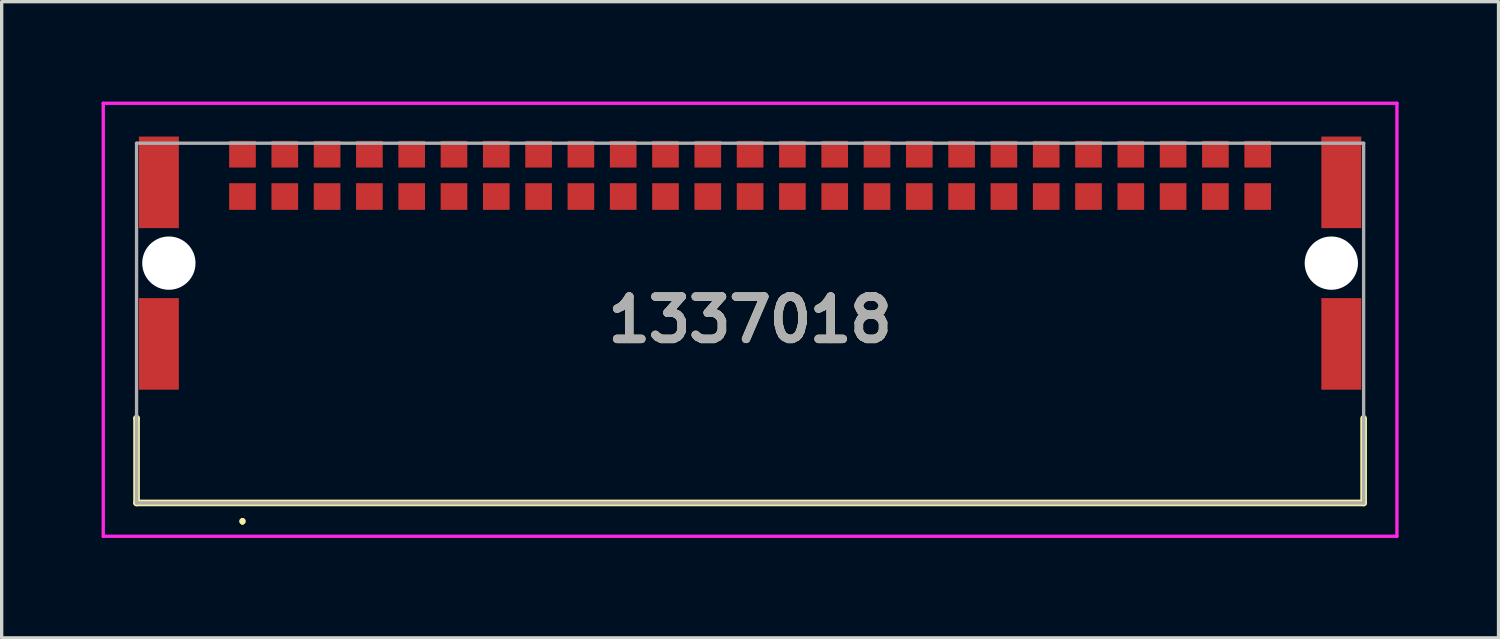
<source format=kicad_pcb>
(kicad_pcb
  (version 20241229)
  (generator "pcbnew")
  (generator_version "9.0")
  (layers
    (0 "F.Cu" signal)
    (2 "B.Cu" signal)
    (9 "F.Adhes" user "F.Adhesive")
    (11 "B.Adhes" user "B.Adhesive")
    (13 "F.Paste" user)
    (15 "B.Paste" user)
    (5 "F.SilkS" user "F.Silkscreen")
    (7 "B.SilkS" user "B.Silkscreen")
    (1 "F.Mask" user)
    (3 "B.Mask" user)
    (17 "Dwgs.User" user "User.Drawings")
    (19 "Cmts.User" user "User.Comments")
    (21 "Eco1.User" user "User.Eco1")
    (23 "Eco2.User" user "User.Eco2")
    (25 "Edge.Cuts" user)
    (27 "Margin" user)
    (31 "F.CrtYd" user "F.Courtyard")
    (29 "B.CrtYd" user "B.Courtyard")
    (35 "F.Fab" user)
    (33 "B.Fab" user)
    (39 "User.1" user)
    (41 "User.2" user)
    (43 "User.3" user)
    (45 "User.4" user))
  (footprint "1337018"
    (layer "F.Cu")
    (at 19.47 6.65)
    (property "Reference" "1337018" (at 0 -0.1 0) (layer "F.SilkS") (effects (font (size 1.27 1.27) (thickness 0.254))))
    (attr through_hole)
    (fp_line (start -18.42 2.86) (end -18.42 2.86) (stroke (width 0.2) (type solid)) (layer "F.SilkS"))
    (fp_line (start -18.42 2.86) (end -18.42 5.4) (stroke (width 0.2) (type solid)) (layer "F.SilkS"))
    (fp_line (start -18.42 5.4) (end 18.42 5.4) (stroke (width 0.2) (type solid)) (layer "F.SilkS"))
    (fp_line (start -15.24 5.9) (end -15.24 5.9) (stroke (width 0.1) (type solid)) (layer "F.SilkS"))
    (fp_line (start -15.24 6) (end -15.24 6) (stroke (width 0.1) (type solid)) (layer "F.SilkS"))
    (fp_line (start 18.42 5.4) (end 18.42 2.86) (stroke (width 0.2) (type solid)) (layer "F.SilkS"))
    (fp_arc (start -15.24 5.9) (mid -15.19 5.95) (end -15.24 6) (stroke (width 0.1) (type solid)) (layer "F.SilkS"))
    (fp_arc (start -15.24 6) (mid -15.29 5.95) (end -15.24 5.9) (stroke (width 0.1) (type solid)) (layer "F.SilkS"))
    (fp_line (start -19.42 -6.6) (end 19.42 -6.6) (stroke (width 0.1) (type solid)) (layer "F.CrtYd"))
    (fp_line (start -19.42 6.4) (end -19.42 -6.6) (stroke (width 0.1) (type solid)) (layer "F.CrtYd"))
    (fp_line (start 19.42 -6.6) (end 19.42 6.4) (stroke (width 0.1) (type solid)) (layer "F.CrtYd"))
    (fp_line (start 19.42 6.4) (end -19.42 6.4) (stroke (width 0.1) (type solid)) (layer "F.CrtYd"))
    (fp_line (start -18.42 -5.4) (end 18.42 -5.4) (stroke (width 0.1) (type solid)) (layer "F.Fab"))
    (fp_line (start -18.42 5.4) (end -18.42 -5.4) (stroke (width 0.1) (type solid)) (layer "F.Fab"))
    (fp_line (start 18.42 -5.4) (end 18.42 5.4) (stroke (width 0.1) (type solid)) (layer "F.Fab"))
    (fp_line (start 18.42 5.4) (end -18.42 5.4) (stroke (width 0.1) (type solid)) (layer "F.Fab"))
    (fp_text user "${REFERENCE}" (at 0 -0.1 0) (layer "F.Fab") (effects (font (size 1.27 1.27) (thickness 0.254))))
    (pad "" np_thru_hole circle (at -17.45 -1.8) (size 1.6 1.6) (drill 1.6) (layers "*.Cu" "*.Mask"))
    (pad "" np_thru_hole circle (at 17.45 -1.8) (size 1.6 1.6) (drill 1.6) (layers "*.Cu" "*.Mask"))
    (pad "A1" smd rect (at -15.24 -3.8 90) (size 0.8 0.8) (layers "F.Cu" "F.Mask" "F.Paste"))
    (pad "A2" smd rect (at -13.97 -3.8 90) (size 0.8 0.8) (layers "F.Cu" "F.Mask" "F.Paste"))
    (pad "A3" smd rect (at -12.7 -3.8 90) (size 0.8 0.8) (layers "F.Cu" "F.Mask" "F.Paste"))
    (pad "A4" smd rect (at -11.43 -3.8 90) (size 0.8 0.8) (layers "F.Cu" "F.Mask" "F.Paste"))
    (pad "A5" smd rect (at -10.16 -3.8 90) (size 0.8 0.8) (layers "F.Cu" "F.Mask" "F.Paste"))
    (pad "A6" smd rect (at -8.89 -3.8 90) (size 0.8 0.8) (layers "F.Cu" "F.Mask" "F.Paste"))
    (pad "A7" smd rect (at -7.62 -3.8 90) (size 0.8 0.8) (layers "F.Cu" "F.Mask" "F.Paste"))
    (pad "A8" smd rect (at -6.35 -3.8 90) (size 0.8 0.8) (layers "F.Cu" "F.Mask" "F.Paste"))
    (pad "A9" smd rect (at -5.08 -3.8 90) (size 0.8 0.8) (layers "F.Cu" "F.Mask" "F.Paste"))
    (pad "A10" smd rect (at -3.81 -3.8 90) (size 0.8 0.8) (layers "F.Cu" "F.Mask" "F.Paste"))
    (pad "A11" smd rect (at -2.54 -3.8 90) (size 0.8 0.8) (layers "F.Cu" "F.Mask" "F.Paste"))
    (pad "A12" smd rect (at -1.27 -3.8 90) (size 0.8 0.8) (layers "F.Cu" "F.Mask" "F.Paste"))
    (pad "A13" smd rect (at 0 -3.8 90) (size 0.8 0.8) (layers "F.Cu" "F.Mask" "F.Paste"))
    (pad "A14" smd rect (at 1.27 -3.8 90) (size 0.8 0.8) (layers "F.Cu" "F.Mask" "F.Paste"))
    (pad "A15" smd rect (at 2.54 -3.8 90) (size 0.8 0.8) (layers "F.Cu" "F.Mask" "F.Paste"))
    (pad "A16" smd rect (at 3.81 -3.8 90) (size 0.8 0.8) (layers "F.Cu" "F.Mask" "F.Paste"))
    (pad "A17" smd rect (at 5.08 -3.8 90) (size 0.8 0.8) (layers "F.Cu" "F.Mask" "F.Paste"))
    (pad "A18" smd rect (at 6.35 -3.8 90) (size 0.8 0.8) (layers "F.Cu" "F.Mask" "F.Paste"))
    (pad "A19" smd rect (at 7.62 -3.8 90) (size 0.8 0.8) (layers "F.Cu" "F.Mask" "F.Paste"))
    (pad "A20" smd rect (at 8.89 -3.8 90) (size 0.8 0.8) (layers "F.Cu" "F.Mask" "F.Paste"))
    (pad "A21" smd rect (at 10.16 -3.8 90) (size 0.8 0.8) (layers "F.Cu" "F.Mask" "F.Paste"))
    (pad "A22" smd rect (at 11.43 -3.8 90) (size 0.8 0.8) (layers "F.Cu" "F.Mask" "F.Paste"))
    (pad "A23" smd rect (at 12.7 -3.8 90) (size 0.8 0.8) (layers "F.Cu" "F.Mask" "F.Paste"))
    (pad "A24" smd rect (at 13.97 -3.8 90) (size 0.8 0.8) (layers "F.Cu" "F.Mask" "F.Paste"))
    (pad "A25" smd rect (at 15.24 -3.8 90) (size 0.8 0.8) (layers "F.Cu" "F.Mask" "F.Paste"))
    (pad "B1" smd rect (at -15.24 -5.07 90) (size 0.8 0.8) (layers "F.Cu" "F.Mask" "F.Paste"))
    (pad "B2" smd rect (at -13.97 -5.07 90) (size 0.8 0.8) (layers "F.Cu" "F.Mask" "F.Paste"))
    (pad "B3" smd rect (at -12.7 -5.07 90) (size 0.8 0.8) (layers "F.Cu" "F.Mask" "F.Paste"))
    (pad "B4" smd rect (at -11.43 -5.07 90) (size 0.8 0.8) (layers "F.Cu" "F.Mask" "F.Paste"))
    (pad "B5" smd rect (at -10.16 -5.07 90) (size 0.8 0.8) (layers "F.Cu" "F.Mask" "F.Paste"))
    (pad "B6" smd rect (at -8.89 -5.07 90) (size 0.8 0.8) (layers "F.Cu" "F.Mask" "F.Paste"))
    (pad "B7" smd rect (at -7.62 -5.07 90) (size 0.8 0.8) (layers "F.Cu" "F.Mask" "F.Paste"))
    (pad "B8" smd rect (at -6.35 -5.07 90) (size 0.8 0.8) (layers "F.Cu" "F.Mask" "F.Paste"))
    (pad "B9" smd rect (at -5.08 -5.07 90) (size 0.8 0.8) (layers "F.Cu" "F.Mask" "F.Paste"))
    (pad "B10" smd rect (at -3.81 -5.07 90) (size 0.8 0.8) (layers "F.Cu" "F.Mask" "F.Paste"))
    (pad "B11" smd rect (at -2.54 -5.07 90) (size 0.8 0.8) (layers "F.Cu" "F.Mask" "F.Paste"))
    (pad "B12" smd rect (at -1.27 -5.07 90) (size 0.8 0.8) (layers "F.Cu" "F.Mask" "F.Paste"))
    (pad "B13" smd rect (at 0 -5.07 90) (size 0.8 0.8) (layers "F.Cu" "F.Mask" "F.Paste"))
    (pad "B14" smd rect (at 1.27 -5.07 90) (size 0.8 0.8) (layers "F.Cu" "F.Mask" "F.Paste"))
    (pad "B15" smd rect (at 2.54 -5.07 90) (size 0.8 0.8) (layers "F.Cu" "F.Mask" "F.Paste"))
    (pad "B16" smd rect (at 3.81 -5.07 90) (size 0.8 0.8) (layers "F.Cu" "F.Mask" "F.Paste"))
    (pad "B17" smd rect (at 5.08 -5.07 90) (size 0.8 0.8) (layers "F.Cu" "F.Mask" "F.Paste"))
    (pad "B18" smd rect (at 6.35 -5.07 90) (size 0.8 0.8) (layers "F.Cu" "F.Mask" "F.Paste"))
    (pad "B19" smd rect (at 7.62 -5.07 90) (size 0.8 0.8) (layers "F.Cu" "F.Mask" "F.Paste"))
    (pad "B20" smd rect (at 8.89 -5.07 90) (size 0.8 0.8) (layers "F.Cu" "F.Mask" "F.Paste"))
    (pad "B21" smd rect (at 10.16 -5.07 90) (size 0.8 0.8) (layers "F.Cu" "F.Mask" "F.Paste"))
    (pad "B22" smd rect (at 11.43 -5.07 90) (size 0.8 0.8) (layers "F.Cu" "F.Mask" "F.Paste"))
    (pad "B23" smd rect (at 12.7 -5.07 90) (size 0.8 0.8) (layers "F.Cu" "F.Mask" "F.Paste"))
    (pad "B24" smd rect (at 13.97 -5.07 90) (size 0.8 0.8) (layers "F.Cu" "F.Mask" "F.Paste"))
    (pad "B25" smd rect (at 15.24 -5.07 90) (size 0.8 0.8) (layers "F.Cu" "F.Mask" "F.Paste"))
    (pad "MP1" smd rect (at -17.75 -4.225) (size 1.2 2.75) (layers "F.Cu" "F.Mask" "F.Paste"))
    (pad "MP2" smd rect (at -17.75 0.625) (size 1.2 2.75) (layers "F.Cu" "F.Mask" "F.Paste"))
    (pad "MP3" smd rect (at 17.75 0.625) (size 1.2 2.75) (layers "F.Cu" "F.Mask" "F.Paste"))
    (pad "MP4" smd rect (at 17.75 -4.225) (size 1.2 2.75) (layers "F.Cu" "F.Mask" "F.Paste")))
  (gr_rect
    (start -3 -3)
    (end 41.94 16.1)
    (stroke (width 0.1) (type default))
    (fill no)
    (layer "Edge.Cuts")))
</source>
